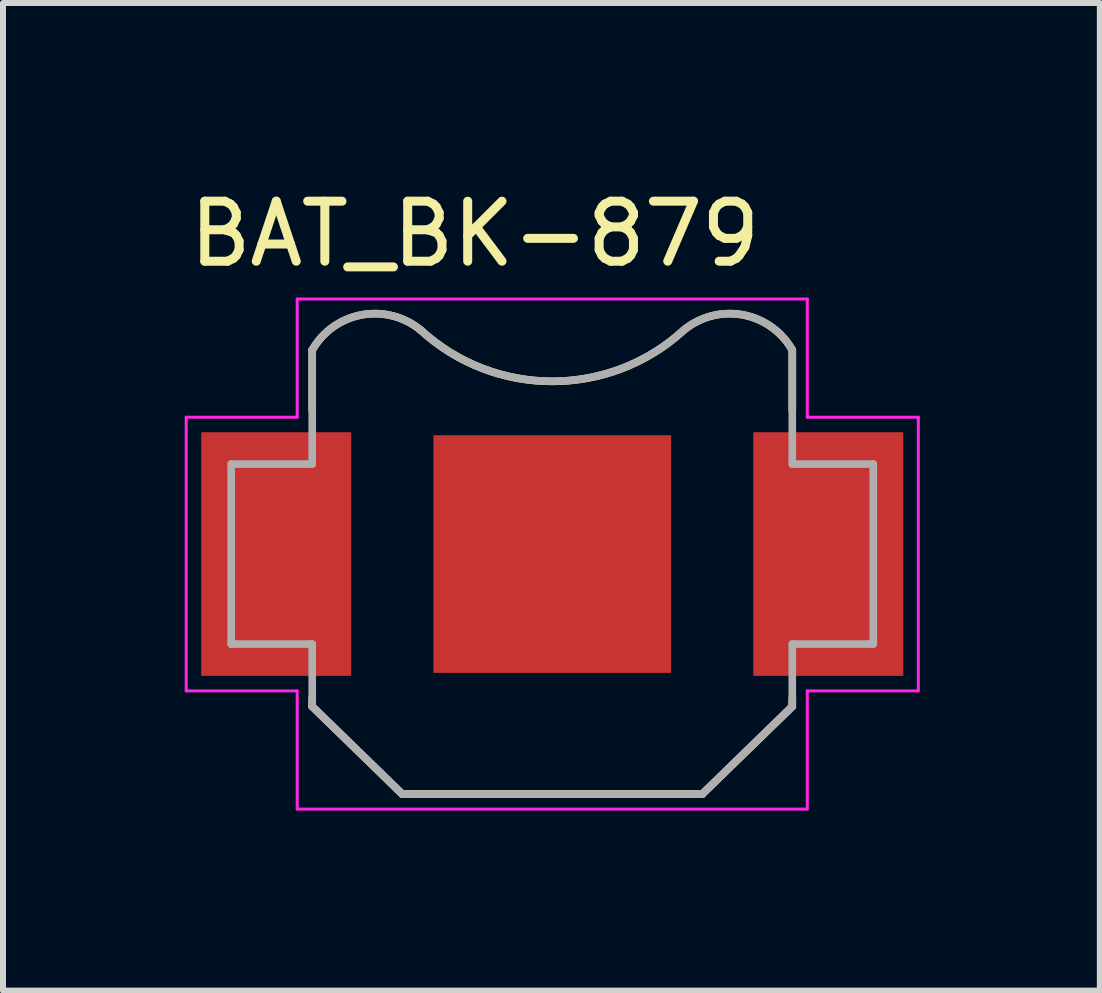
<source format=kicad_pcb>
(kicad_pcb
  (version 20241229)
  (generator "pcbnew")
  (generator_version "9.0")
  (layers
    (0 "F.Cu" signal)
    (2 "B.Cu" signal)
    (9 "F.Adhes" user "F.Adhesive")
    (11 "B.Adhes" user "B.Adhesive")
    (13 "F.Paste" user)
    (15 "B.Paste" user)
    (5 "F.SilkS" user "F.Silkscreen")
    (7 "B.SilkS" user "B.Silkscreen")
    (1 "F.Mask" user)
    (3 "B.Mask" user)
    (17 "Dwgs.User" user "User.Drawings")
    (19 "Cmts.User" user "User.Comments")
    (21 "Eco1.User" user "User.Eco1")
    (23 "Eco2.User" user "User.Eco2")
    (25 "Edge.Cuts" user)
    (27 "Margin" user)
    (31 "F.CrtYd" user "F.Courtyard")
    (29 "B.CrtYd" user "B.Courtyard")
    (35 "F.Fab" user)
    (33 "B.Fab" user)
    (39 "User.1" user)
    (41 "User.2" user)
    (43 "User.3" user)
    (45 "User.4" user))
  (footprint "BAT_BK-879"
    (layer "F.Cu")
    (at 6.153 6.183)
    (property "Reference" "BAT_BK-879" (at -1.29 -5.335 0) (layer "F.SilkS") (effects (font (size 1 1) (thickness 0.15))))
    (attr smd)
    (fp_line (start -4 -3.4) (end -4 -2.4) (stroke (width 0.127) (type solid)) (layer "F.SilkS"))
    (fp_line (start -4 2.4) (end -4 2.54) (stroke (width 0.127) (type solid)) (layer "F.SilkS"))
    (fp_line (start -4 2.54) (end -2.5 4) (stroke (width 0.127) (type solid)) (layer "F.SilkS"))
    (fp_line (start -2.5 4) (end 2.5 4) (stroke (width 0.127) (type solid)) (layer "F.SilkS"))
    (fp_line (start 2.5 4) (end 4 2.54) (stroke (width 0.127) (type solid)) (layer "F.SilkS"))
    (fp_line (start 4 -2.4) (end 4 -3.4) (stroke (width 0.127) (type solid)) (layer "F.SilkS"))
    (fp_line (start 4 2.54) (end 4 2.4) (stroke (width 0.127) (type solid)) (layer "F.SilkS"))
    (fp_arc (start -4 -3.4) (mid -3.171941 -3.987008) (end -2.190001 -3.73) (stroke (width 0.127) (type solid)) (layer "F.SilkS"))
    (fp_arc (start 2.19 -3.73) (mid 0 -2.878356) (end -2.19 -3.73) (stroke (width 0.127) (type solid)) (layer "F.SilkS"))
    (fp_arc (start 2.19 -3.73) (mid 3.171941 -3.987009) (end 4 -3.400001) (stroke (width 0.127) (type solid)) (layer "F.SilkS"))
    (fp_line (start -6.1 -2.28) (end -6.1 2.28) (stroke (width 0.05) (type solid)) (layer "F.CrtYd"))
    (fp_line (start -6.1 2.28) (end -4.25 2.28) (stroke (width 0.05) (type solid)) (layer "F.CrtYd"))
    (fp_line (start -4.25 -4.25) (end -4.25 -2.28) (stroke (width 0.05) (type solid)) (layer "F.CrtYd"))
    (fp_line (start -4.25 -2.28) (end -6.1 -2.28) (stroke (width 0.05) (type solid)) (layer "F.CrtYd"))
    (fp_line (start -4.25 2.28) (end -4.25 4.25) (stroke (width 0.05) (type solid)) (layer "F.CrtYd"))
    (fp_line (start -4.25 4.25) (end 4.25 4.25) (stroke (width 0.05) (type solid)) (layer "F.CrtYd"))
    (fp_line (start 4.25 -4.25) (end -4.25 -4.25) (stroke (width 0.05) (type solid)) (layer "F.CrtYd"))
    (fp_line (start 4.25 -2.28) (end 4.25 -4.25) (stroke (width 0.05) (type solid)) (layer "F.CrtYd"))
    (fp_line (start 4.25 2.28) (end 6.1 2.28) (stroke (width 0.05) (type solid)) (layer "F.CrtYd"))
    (fp_line (start 4.25 4.25) (end 4.25 2.28) (stroke (width 0.05) (type solid)) (layer "F.CrtYd"))
    (fp_line (start 6.1 -2.28) (end 4.25 -2.28) (stroke (width 0.05) (type solid)) (layer "F.CrtYd"))
    (fp_line (start 6.1 2.28) (end 6.1 -2.28) (stroke (width 0.05) (type solid)) (layer "F.CrtYd"))
    (fp_line (start -5.35 -1.5) (end -5.35 1.5) (stroke (width 0.127) (type solid)) (layer "F.Fab"))
    (fp_line (start -5.35 1.5) (end -4 1.5) (stroke (width 0.127) (type solid)) (layer "F.Fab"))
    (fp_line (start -4 -3.4) (end -4 -1.5) (stroke (width 0.127) (type solid)) (layer "F.Fab"))
    (fp_line (start -4 -1.5) (end -5.35 -1.5) (stroke (width 0.127) (type solid)) (layer "F.Fab"))
    (fp_line (start -4 1.5) (end -4 2.54) (stroke (width 0.127) (type solid)) (layer "F.Fab"))
    (fp_line (start -4 2.54) (end -2.5 4) (stroke (width 0.127) (type solid)) (layer "F.Fab"))
    (fp_line (start -2.5 4) (end 2.5 4) (stroke (width 0.127) (type solid)) (layer "F.Fab"))
    (fp_line (start 2.5 4) (end 4 2.54) (stroke (width 0.127) (type solid)) (layer "F.Fab"))
    (fp_line (start 4 -1.5) (end 4 -3.4) (stroke (width 0.127) (type solid)) (layer "F.Fab"))
    (fp_line (start 4 1.5) (end 5.35 1.5) (stroke (width 0.127) (type solid)) (layer "F.Fab"))
    (fp_line (start 4 2.54) (end 4 1.5) (stroke (width 0.127) (type solid)) (layer "F.Fab"))
    (fp_line (start 5.35 -1.5) (end 4 -1.5) (stroke (width 0.127) (type solid)) (layer "F.Fab"))
    (fp_line (start 5.35 1.5) (end 5.35 -1.5) (stroke (width 0.127) (type solid)) (layer "F.Fab"))
    (fp_arc (start -4 -3.4) (mid -3.171941 -3.987008) (end -2.190001 -3.73) (stroke (width 0.127) (type solid)) (layer "F.Fab"))
    (fp_arc (start 2.19 -3.73) (mid 0 -2.878356) (end -2.19 -3.73) (stroke (width 0.127) (type solid)) (layer "F.Fab"))
    (fp_arc (start 2.19 -3.73) (mid 3.171941 -3.987009) (end 4 -3.400001) (stroke (width 0.127) (type solid)) (layer "F.Fab"))
    (pad "-" smd rect (at 0 0) (size 3.96 3.96) (layers "F.Cu" "F.Mask"))
    (pad "S1+" smd rect (at -4.6 0) (size 2.5 4.06) (layers "F.Cu" "F.Mask" "F.Paste"))
    (pad "S2+" smd rect (at 4.6 0) (size 2.5 4.06) (layers "F.Cu" "F.Mask" "F.Paste")))
  (gr_rect
    (start -3 -3)
    (end 15.278 13.458)
    (stroke (width 0.1) (type default))
    (fill no)
    (layer "Edge.Cuts")))
</source>
